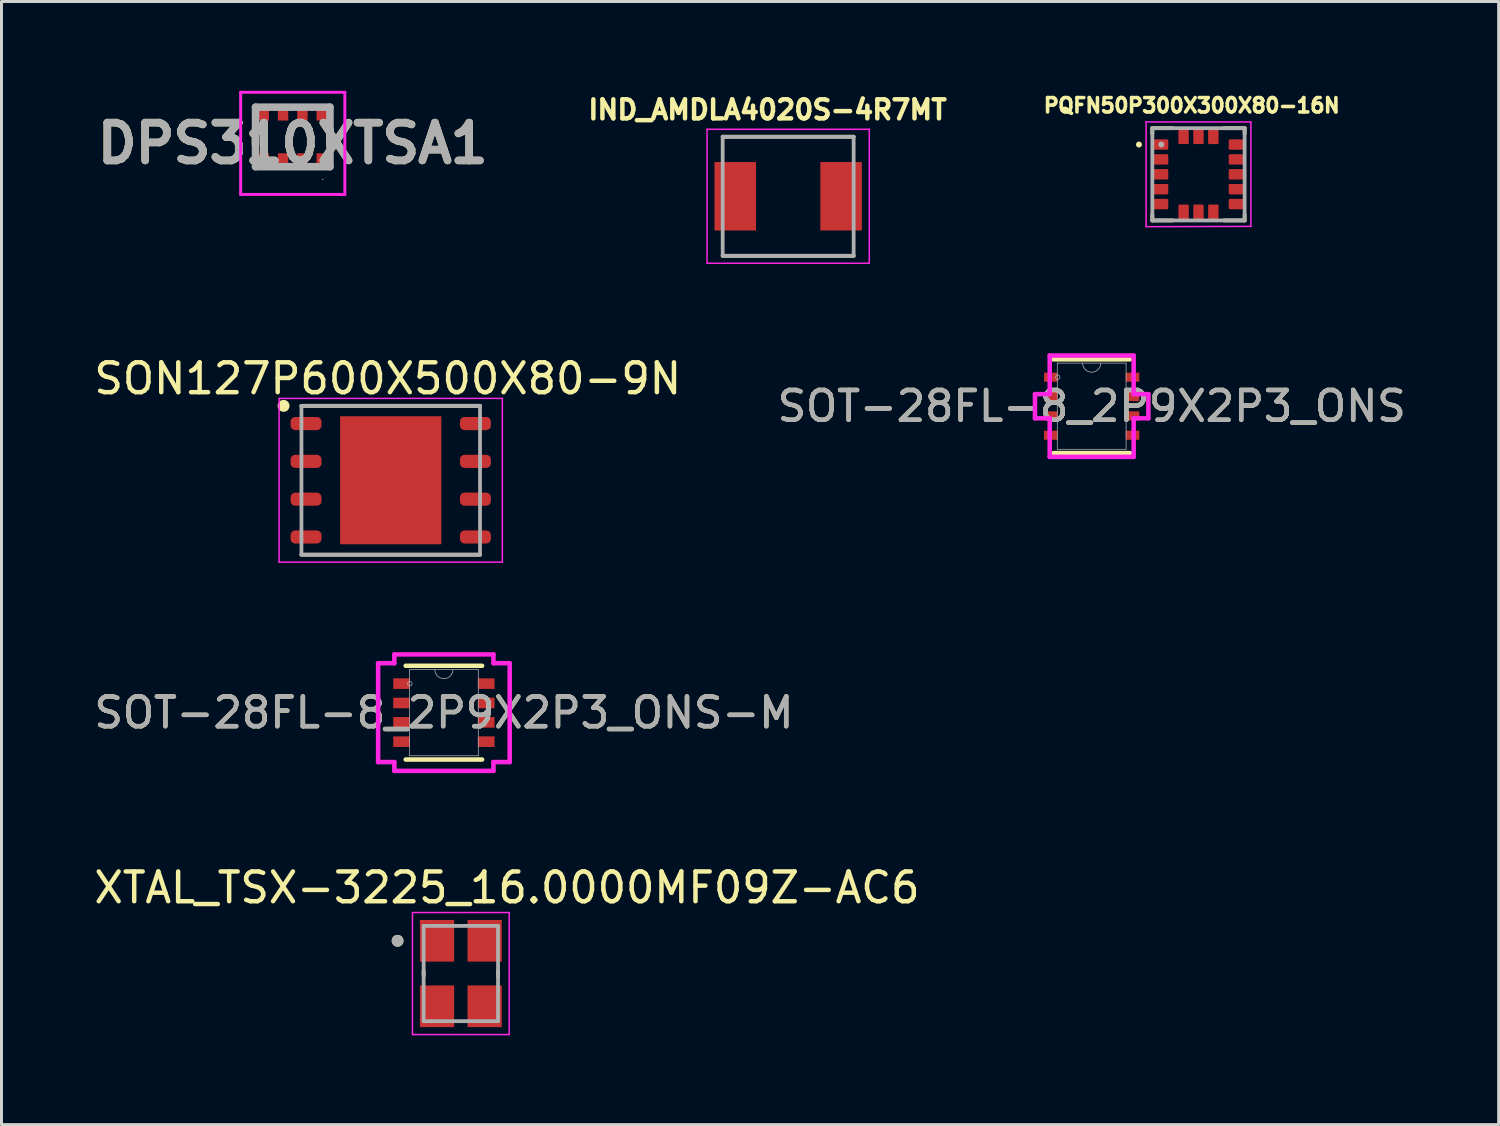
<source format=kicad_pcb>
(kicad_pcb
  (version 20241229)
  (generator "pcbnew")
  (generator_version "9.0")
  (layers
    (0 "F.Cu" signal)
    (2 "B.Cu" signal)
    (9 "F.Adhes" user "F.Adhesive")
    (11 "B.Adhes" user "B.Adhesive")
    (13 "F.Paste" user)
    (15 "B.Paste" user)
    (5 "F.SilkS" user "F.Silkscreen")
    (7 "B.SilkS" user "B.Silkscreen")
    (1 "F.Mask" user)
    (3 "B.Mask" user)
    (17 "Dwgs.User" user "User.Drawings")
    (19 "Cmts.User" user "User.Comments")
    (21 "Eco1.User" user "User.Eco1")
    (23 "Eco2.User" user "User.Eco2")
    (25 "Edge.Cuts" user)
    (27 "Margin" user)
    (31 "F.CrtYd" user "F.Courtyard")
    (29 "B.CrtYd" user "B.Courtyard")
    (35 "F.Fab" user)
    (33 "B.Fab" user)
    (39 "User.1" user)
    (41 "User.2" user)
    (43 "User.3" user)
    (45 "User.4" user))
  (footprint "IND_AMDLA4020S-4R7MT"
    (layer "F.Cu")
    (at 23.429 3.544)
    (property "Reference" "IND_AMDLA4020S-4R7MT" (at -0.693 -2.906 0) (layer "F.SilkS") (effects (font (size 0.64 0.64) (thickness 0.15))))
    (attr smd)
    (fp_line (start -2.2 -2) (end 2.2 -2) (stroke (width 0.127) (type solid)) (layer "F.SilkS"))
    (fp_line (start -2.2 2) (end 2.2 2) (stroke (width 0.127) (type solid)) (layer "F.SilkS"))
    (fp_line (start -2.725 -2.25) (end -2.725 2.25) (stroke (width 0.05) (type solid)) (layer "F.CrtYd"))
    (fp_line (start -2.725 2.25) (end 2.725 2.25) (stroke (width 0.05) (type solid)) (layer "F.CrtYd"))
    (fp_line (start 2.725 -2.25) (end -2.725 -2.25) (stroke (width 0.05) (type solid)) (layer "F.CrtYd"))
    (fp_line (start 2.725 2.25) (end 2.725 -2.25) (stroke (width 0.05) (type solid)) (layer "F.CrtYd"))
    (fp_line (start -2.2 -2) (end -2.2 2) (stroke (width 0.127) (type solid)) (layer "F.Fab"))
    (fp_line (start -2.2 -2) (end 2.2 -2) (stroke (width 0.127) (type solid)) (layer "F.Fab"))
    (fp_line (start -2.2 2) (end 2.2 2) (stroke (width 0.127) (type solid)) (layer "F.Fab"))
    (fp_line (start 2.2 -2) (end 2.2 2) (stroke (width 0.127) (type solid)) (layer "F.Fab"))
    (pad "1" smd rect (at -1.778 0) (size 1.395 2.3) (layers "F.Cu" "F.Mask" "F.Paste"))
    (pad "2" smd rect (at 1.778 0) (size 1.395 2.3) (layers "F.Cu" "F.Mask" "F.Paste")))
  (footprint "DPS310XTSA1"
    (layer "F.Cu")
    (at 6.785 1.55)
    (property "Reference" "DPS310XTSA1" (at 0 0.216 0) (layer "F.SilkS") (effects (font (size 1.27 1.27) (thickness 0.254))))
    (attr smd)
    (fp_line (start -1.25 -0.25) (end -1.25 0.25) (stroke (width 0.254) (type solid)) (layer "F.SilkS"))
    (fp_line (start 1.001 1.424) (end 1.001 1.424) (stroke (width 0.016) (type solid)) (layer "F.SilkS"))
    (fp_line (start 1.017 1.424) (end 1.017 1.424) (stroke (width 0.016) (type solid)) (layer "F.SilkS"))
    (fp_line (start 1.25 -0.25) (end 1.25 0.25) (stroke (width 0.254) (type solid)) (layer "F.SilkS"))
    (fp_arc (start 1.001 1.424) (mid 1.009 1.416) (end 1.017 1.424) (stroke (width 0.016) (type solid)) (layer "F.SilkS"))
    (fp_arc (start 1.017 1.424) (mid 1.009 1.432) (end 1.001 1.424) (stroke (width 0.016) (type solid)) (layer "F.SilkS"))
    (fp_line (start -1.75 -1.5) (end 1.75 -1.5) (stroke (width 0.1) (type solid)) (layer "F.CrtYd"))
    (fp_line (start -1.75 1.932) (end -1.75 -1.5) (stroke (width 0.1) (type solid)) (layer "F.CrtYd"))
    (fp_line (start 1.75 -1.5) (end 1.75 1.932) (stroke (width 0.1) (type solid)) (layer "F.CrtYd"))
    (fp_line (start 1.75 1.932) (end -1.75 1.932) (stroke (width 0.1) (type solid)) (layer "F.CrtYd"))
    (fp_line (start -1.25 -1) (end 1.25 -1) (stroke (width 0.254) (type solid)) (layer "F.Fab"))
    (fp_line (start -1.25 1) (end -1.25 -1) (stroke (width 0.254) (type solid)) (layer "F.Fab"))
    (fp_line (start 1.25 -1) (end 1.25 1) (stroke (width 0.254) (type solid)) (layer "F.Fab"))
    (fp_line (start 1.25 1) (end -1.25 1) (stroke (width 0.254) (type solid)) (layer "F.Fab"))
    (fp_text user "${REFERENCE}" (at 0 0.216 0) (layer "F.Fab") (effects (font (size 1.27 1.27) (thickness 0.254))))
    (pad "1" smd rect (at 0.975 0.725 90) (size 0.35 0.35) (layers "F.Cu" "F.Mask" "F.Paste"))
    (pad "2" smd rect (at 0.325 0.725 90) (size 0.35 0.35) (layers "F.Cu" "F.Mask" "F.Paste"))
    (pad "3" smd rect (at -0.325 0.725 90) (size 0.35 0.35) (layers "F.Cu" "F.Mask" "F.Paste"))
    (pad "4" smd rect (at -0.975 0.725 90) (size 0.35 0.35) (layers "F.Cu" "F.Mask" "F.Paste"))
    (pad "5" smd rect (at -0.975 -0.725 90) (size 0.35 0.35) (layers "F.Cu" "F.Mask" "F.Paste"))
    (pad "6" smd rect (at -0.325 -0.725 90) (size 0.35 0.35) (layers "F.Cu" "F.Mask" "F.Paste"))
    (pad "7" smd rect (at 0.325 -0.725 90) (size 0.35 0.35) (layers "F.Cu" "F.Mask" "F.Paste"))
    (pad "8" smd rect (at 0.975 -0.725 90) (size 0.35 0.35) (layers "F.Cu" "F.Mask" "F.Paste")))
  (footprint "SON127P600X500X80-9N"
    (layer "F.Cu")
    (at 10.077 13.085)
    (property "Reference" "SON127P600X500X80-9N" (at -0.1 -3.416 0) (layer "F.SilkS") (effects (font (size 1.002 1.002) (thickness 0.15))))
    (attr smd)
    (fp_line (start -3 -2.5) (end 3 -2.5) (stroke (width 0.127) (type solid)) (layer "F.SilkS"))
    (fp_line (start -3 2.5) (end 3 2.5) (stroke (width 0.127) (type solid)) (layer "F.SilkS"))
    (fp_circle (center -3.6 -2.5) (end -3.4 -2.5) (stroke (width 0) (type solid)) (fill yes) (layer "F.SilkS"))
    (fp_poly (pts (xy -1.078 -1.36) (xy 1.075 -1.36) (xy 1.075 1.364) (xy -1.078 1.364)) (stroke (width 0.01) (type solid)) (fill yes) (layer "F.Paste"))
    (fp_line (start -3.75 -2.75) (end -3.75 2.75) (stroke (width 0.05) (type solid)) (layer "F.CrtYd"))
    (fp_line (start -3.75 2.75) (end 3.75 2.75) (stroke (width 0.05) (type solid)) (layer "F.CrtYd"))
    (fp_line (start 3.75 -2.75) (end -3.75 -2.75) (stroke (width 0.05) (type solid)) (layer "F.CrtYd"))
    (fp_line (start 3.75 2.75) (end 3.75 -2.75) (stroke (width 0.05) (type solid)) (layer "F.CrtYd"))
    (fp_line (start -3 -2.5) (end -3 2.5) (stroke (width 0.127) (type solid)) (layer "F.Fab"))
    (fp_line (start -3 2.5) (end 3 2.5) (stroke (width 0.127) (type solid)) (layer "F.Fab"))
    (fp_line (start 3 -2.5) (end -3 -2.5) (stroke (width 0.127) (type solid)) (layer "F.Fab"))
    (fp_line (start 3 -2.5) (end 3 2.5) (stroke (width 0.127) (type solid)) (layer "F.Fab"))
    (pad "1" smd roundrect (at -2.845 -1.905) (size 1.04 0.44) (layers "F.Cu" "F.Mask" "F.Paste") (roundrect_rratio 0.35))
    (pad "2" smd roundrect (at -2.845 -0.635) (size 1.04 0.44) (layers "F.Cu" "F.Mask" "F.Paste") (roundrect_rratio 0.35))
    (pad "3" smd roundrect (at -2.845 0.635) (size 1.04 0.44) (layers "F.Cu" "F.Mask" "F.Paste") (roundrect_rratio 0.35))
    (pad "4" smd roundrect (at -2.845 1.905) (size 1.04 0.44) (layers "F.Cu" "F.Mask" "F.Paste") (roundrect_rratio 0.35))
    (pad "5" smd roundrect (at 2.845 1.905) (size 1.04 0.44) (layers "F.Cu" "F.Mask" "F.Paste") (roundrect_rratio 0.35))
    (pad "6" smd roundrect (at 2.845 0.635) (size 1.04 0.44) (layers "F.Cu" "F.Mask" "F.Paste") (roundrect_rratio 0.35))
    (pad "7" smd roundrect (at 2.845 -0.635) (size 1.04 0.44) (layers "F.Cu" "F.Mask" "F.Paste") (roundrect_rratio 0.35))
    (pad "8" smd roundrect (at 2.845 -1.905) (size 1.04 0.44) (layers "F.Cu" "F.Mask" "F.Paste") (roundrect_rratio 0.35))
    (pad "9" smd rect (at 0 0 90) (size 4.3 3.4) (layers "F.Cu" "F.Mask")))
  (footprint "PQFN50P300X300X80-16N"
    (layer "F.Cu")
    (at 37.214 2.806)
    (property "Reference" "PQFN50P300X300X80-16N" (at -0.227 -2.313 0) (layer "F.SilkS") (effects (font (size 0.482 0.482) (thickness 0.15))))
    (attr smd)
    (fp_line (start -1.55 -1.55) (end -0.86 -1.55) (stroke (width 0.127) (type solid)) (layer "F.SilkS"))
    (fp_line (start -1.55 -1.36) (end -1.55 -1.55) (stroke (width 0.127) (type solid)) (layer "F.SilkS"))
    (fp_line (start -1.55 1.36) (end -1.55 1.55) (stroke (width 0.127) (type solid)) (layer "F.SilkS"))
    (fp_line (start -1.55 1.55) (end -0.86 1.55) (stroke (width 0.127) (type solid)) (layer "F.SilkS"))
    (fp_line (start 0.86 -1.55) (end 1.55 -1.55) (stroke (width 0.127) (type solid)) (layer "F.SilkS"))
    (fp_line (start 0.86 1.55) (end 1.55 1.55) (stroke (width 0.127) (type solid)) (layer "F.SilkS"))
    (fp_line (start 1.55 -1.55) (end 1.55 -1.36) (stroke (width 0.127) (type solid)) (layer "F.SilkS"))
    (fp_line (start 1.55 1.55) (end 1.55 1.36) (stroke (width 0.127) (type solid)) (layer "F.SilkS"))
    (fp_circle (center -2 -1) (end -1.95 -1) (stroke (width 0.1) (type solid)) (fill no) (layer "F.SilkS"))
    (fp_line (start -1.76 -1.76) (end 1.76 -1.76) (stroke (width 0.05) (type solid)) (layer "F.CrtYd"))
    (fp_line (start -1.76 1.76) (end -1.76 -1.76) (stroke (width 0.05) (type solid)) (layer "F.CrtYd"))
    (fp_line (start 1.76 -1.76) (end 1.76 1.75) (stroke (width 0.05) (type solid)) (layer "F.CrtYd"))
    (fp_line (start 1.76 1.75) (end -1.76 1.76) (stroke (width 0.05) (type solid)) (layer "F.CrtYd"))
    (fp_line (start -1.55 -1.55) (end 1.55 -1.55) (stroke (width 0.127) (type solid)) (layer "F.Fab"))
    (fp_line (start -1.55 1.55) (end -1.55 -1.55) (stroke (width 0.127) (type solid)) (layer "F.Fab"))
    (fp_line (start 1.55 -1.55) (end 1.55 1.55) (stroke (width 0.127) (type solid)) (layer "F.Fab"))
    (fp_line (start 1.55 1.55) (end -1.55 1.55) (stroke (width 0.127) (type solid)) (layer "F.Fab"))
    (fp_circle (center -1.25 -1) (end -1.2 -1) (stroke (width 0.1) (type solid)) (fill no) (layer "F.Fab"))
    (pad "1" smd roundrect (at -1.26 -1) (size 0.49 0.35) (layers "F.Cu" "F.Mask" "F.Paste") (roundrect_rratio 0.125))
    (pad "2" smd roundrect (at -1.26 -0.5) (size 0.49 0.35) (layers "F.Cu" "F.Mask" "F.Paste") (roundrect_rratio 0.125))
    (pad "3" smd roundrect (at -1.26 0) (size 0.49 0.35) (layers "F.Cu" "F.Mask" "F.Paste") (roundrect_rratio 0.125))
    (pad "4" smd roundrect (at -1.26 0.5) (size 0.49 0.35) (layers "F.Cu" "F.Mask" "F.Paste") (roundrect_rratio 0.125))
    (pad "5" smd roundrect (at -1.26 1) (size 0.49 0.35) (layers "F.Cu" "F.Mask" "F.Paste") (roundrect_rratio 0.125))
    (pad "6" smd roundrect (at -0.5 1.26 90) (size 0.49 0.35) (layers "F.Cu" "F.Mask" "F.Paste") (roundrect_rratio 0.125))
    (pad "7" smd roundrect (at 0 1.26 90) (size 0.49 0.35) (layers "F.Cu" "F.Mask" "F.Paste") (roundrect_rratio 0.125))
    (pad "8" smd roundrect (at 0.5 1.26 90) (size 0.49 0.35) (layers "F.Cu" "F.Mask" "F.Paste") (roundrect_rratio 0.125))
    (pad "9" smd roundrect (at 1.26 1 180) (size 0.49 0.35) (layers "F.Cu" "F.Mask" "F.Paste") (roundrect_rratio 0.125))
    (pad "10" smd roundrect (at 1.26 0.5 180) (size 0.49 0.35) (layers "F.Cu" "F.Mask" "F.Paste") (roundrect_rratio 0.125))
    (pad "11" smd roundrect (at 1.26 0 180) (size 0.49 0.35) (layers "F.Cu" "F.Mask" "F.Paste") (roundrect_rratio 0.125))
    (pad "12" smd roundrect (at 1.26 -0.5 180) (size 0.49 0.35) (layers "F.Cu" "F.Mask" "F.Paste") (roundrect_rratio 0.125))
    (pad "13" smd roundrect (at 1.26 -1 180) (size 0.49 0.35) (layers "F.Cu" "F.Mask" "F.Paste") (roundrect_rratio 0.125))
    (pad "14" smd roundrect (at 0.5 -1.26 270) (size 0.49 0.35) (layers "F.Cu" "F.Mask" "F.Paste") (roundrect_rratio 0.125))
    (pad "15" smd roundrect (at 0 -1.26 270) (size 0.49 0.35) (layers "F.Cu" "F.Mask" "F.Paste") (roundrect_rratio 0.125))
    (pad "16" smd roundrect (at -0.5 -1.26 270) (size 0.49 0.35) (layers "F.Cu" "F.Mask" "F.Paste") (roundrect_rratio 0.125))
    (zone (net_name "") (layer "F.Cu") (hatch full 0.508) (connect_pads) (min_thickness 0.01) (filled_areas_thickness no) (keepout (tracks not_allowed) (vias not_allowed) (pads not_allowed) (copperpour not_allowed) (footprints allowed)) (placement (enabled no)) (fill) (polygon (pts (xy 36.414 2.006) (xy 38.014 2.006) (xy 38.014 3.606) (xy 36.414 3.606))))
    (zone (net_name "") (layers "F.Cu" "B.Cu") (hatch full 0.508) (connect_pads) (min_thickness 0.01) (filled_areas_thickness no) (keepout (tracks allowed) (vias not_allowed) (pads allowed) (copperpour allowed) (footprints allowed)) (placement (enabled no)) (fill) (polygon (pts (xy 36.414 2.006) (xy 38.014 2.006) (xy 38.014 3.606) (xy 36.414 3.606)))))
  (footprint "XTAL_TSX-3225_16.0000MF09Z-AC6"
    (layer "F.Cu")
    (at 12.432 29.657)
    (property "Reference" "XTAL_TSX-3225_16.0000MF09Z-AC6" (at 1.55 -2.885 0) (layer "F.SilkS") (effects (font (size 1 1) (thickness 0.15))))
    (attr smd)
    (fp_line (start -1.25 -0.08) (end -1.25 0.08) (stroke (width 0.127) (type solid)) (layer "F.SilkS"))
    (fp_line (start 1.25 -0.08) (end 1.25 0.08) (stroke (width 0.127) (type solid)) (layer "F.SilkS"))
    (fp_circle (center -2.125 -1.1) (end -2.025 -1.1) (stroke (width 0.2) (type solid)) (fill no) (layer "F.SilkS"))
    (fp_line (start -1.625 -2.05) (end -1.625 2.05) (stroke (width 0.05) (type solid)) (layer "F.CrtYd"))
    (fp_line (start -1.625 -2.05) (end 1.625 -2.05) (stroke (width 0.05) (type solid)) (layer "F.CrtYd"))
    (fp_line (start 1.625 -2.05) (end 1.625 2.05) (stroke (width 0.05) (type solid)) (layer "F.CrtYd"))
    (fp_line (start 1.625 2.05) (end -1.625 2.05) (stroke (width 0.05) (type solid)) (layer "F.CrtYd"))
    (fp_line (start -1.25 -1.6) (end -1.25 1.6) (stroke (width 0.127) (type solid)) (layer "F.Fab"))
    (fp_line (start -1.25 -1.6) (end 1.25 -1.6) (stroke (width 0.127) (type solid)) (layer "F.Fab"))
    (fp_line (start 1.25 -1.6) (end 1.25 1.6) (stroke (width 0.127) (type solid)) (layer "F.Fab"))
    (fp_line (start 1.25 1.6) (end -1.25 1.6) (stroke (width 0.127) (type solid)) (layer "F.Fab"))
    (fp_circle (center -2.125 -1.1) (end -2.025 -1.1) (stroke (width 0.2) (type solid)) (fill no) (layer "F.Fab"))
    (pad "1" smd rect (at -0.8 -1.1) (size 1.15 1.4) (layers "F.Cu" "F.Mask" "F.Paste"))
    (pad "2" smd rect (at -0.8 1.1) (size 1.15 1.4) (layers "F.Cu" "F.Mask" "F.Paste"))
    (pad "3" smd rect (at 0.8 1.1) (size 1.15 1.4) (layers "F.Cu" "F.Mask" "F.Paste"))
    (pad "4" smd rect (at 0.8 -1.1) (size 1.15 1.4) (layers "F.Cu" "F.Mask" "F.Paste")))
  (footprint "SOT-28FL-8_2P9X2P3_ONS"
    (layer "F.Cu")
    (at 33.626 10.597)
    (property "Reference" "SOT-28FL-8_2P9X2P3_ONS" (at 0 0 0) (unlocked yes) (layer "F.SilkS") (effects (font (size 1 1) (thickness 0.15))))
    (attr smd)
    (fp_line (start -1.283 1.575) (end 1.283 1.575) (stroke (width 0.152) (type solid)) (layer "F.SilkS"))
    (fp_line (start 1.283 -1.575) (end -1.283 -1.575) (stroke (width 0.152) (type solid)) (layer "F.SilkS"))
    (fp_line (start -1.905 -0.406) (end -1.41 -0.406) (stroke (width 0.152) (type solid)) (layer "F.CrtYd"))
    (fp_line (start -1.905 0.406) (end -1.905 -0.406) (stroke (width 0.152) (type solid)) (layer "F.CrtYd"))
    (fp_line (start -1.41 -1.702) (end 1.41 -1.702) (stroke (width 0.152) (type solid)) (layer "F.CrtYd"))
    (fp_line (start -1.41 -0.406) (end -1.41 -1.702) (stroke (width 0.152) (type solid)) (layer "F.CrtYd"))
    (fp_line (start -1.41 0.406) (end -1.905 0.406) (stroke (width 0.152) (type solid)) (layer "F.CrtYd"))
    (fp_line (start -1.41 1.702) (end -1.41 0.406) (stroke (width 0.152) (type solid)) (layer "F.CrtYd"))
    (fp_line (start 1.41 -1.702) (end 1.41 -0.406) (stroke (width 0.152) (type solid)) (layer "F.CrtYd"))
    (fp_line (start 1.41 -0.406) (end 1.905 -0.406) (stroke (width 0.152) (type solid)) (layer "F.CrtYd"))
    (fp_line (start 1.41 0.406) (end 1.41 1.702) (stroke (width 0.152) (type solid)) (layer "F.CrtYd"))
    (fp_line (start 1.41 1.702) (end -1.41 1.702) (stroke (width 0.152) (type solid)) (layer "F.CrtYd"))
    (fp_line (start 1.905 -0.406) (end 1.905 0.406) (stroke (width 0.152) (type solid)) (layer "F.CrtYd"))
    (fp_line (start 1.905 0.406) (end 1.41 0.406) (stroke (width 0.152) (type solid)) (layer "F.CrtYd"))
    (fp_line (start -1.156 -1.448) (end -1.156 1.448) (stroke (width 0.025) (type solid)) (layer "F.Fab"))
    (fp_line (start -1.156 1.448) (end 1.156 1.448) (stroke (width 0.025) (type solid)) (layer "F.Fab"))
    (fp_line (start 1.156 -1.448) (end -1.156 -1.448) (stroke (width 0.025) (type solid)) (layer "F.Fab"))
    (fp_line (start 1.156 1.448) (end 1.156 -1.448) (stroke (width 0.025) (type solid)) (layer "F.Fab"))
    (fp_arc (start 0.3048 -1.4478) (mid 0 -1.143) (end -0.3048 -1.4478) (stroke (width 0.0254) (type solid)) (layer "F.Fab"))
    (fp_circle (center -1.143 -0.975) (end -1.067 -0.975) (stroke (width 0.025) (type solid)) (fill no) (layer "F.Fab"))
    (fp_text user "${REFERENCE}" (at 0 0 0) (unlocked yes) (layer "F.Fab") (effects (font (size 1 1) (thickness 0.15))))
    (pad "1" smd rect (at -1.372 -0.975) (size 0.457 0.305) (layers "F.Cu" "F.Mask" "F.Paste"))
    (pad "2" smd rect (at -1.372 -0.325) (size 0.457 0.305) (layers "F.Cu" "F.Mask" "F.Paste"))
    (pad "3" smd rect (at -1.372 0.325) (size 0.457 0.305) (layers "F.Cu" "F.Mask" "F.Paste"))
    (pad "4" smd rect (at -1.372 0.975) (size 0.457 0.305) (layers "F.Cu" "F.Mask" "F.Paste"))
    (pad "5" smd rect (at 1.372 0.975) (size 0.457 0.305) (layers "F.Cu" "F.Mask" "F.Paste"))
    (pad "6" smd rect (at 1.372 0.325) (size 0.457 0.305) (layers "F.Cu" "F.Mask" "F.Paste"))
    (pad "7" smd rect (at 1.372 -0.325) (size 0.457 0.305) (layers "F.Cu" "F.Mask" "F.Paste"))
    (pad "8" smd rect (at 1.372 -0.975) (size 0.457 0.305) (layers "F.Cu" "F.Mask" "F.Paste")))
  (footprint "SOT-28FL-8_2P9X2P3_ONS-M"
    (layer "F.Cu")
    (at 11.863 20.892)
    (property "Reference" "SOT-28FL-8_2P9X2P3_ONS-M" (at 0 0 0) (unlocked yes) (layer "F.SilkS") (effects (font (size 1 1) (thickness 0.15))))
    (attr smd)
    (fp_line (start -1.283 1.575) (end 1.283 1.575) (stroke (width 0.152) (type solid)) (layer "F.SilkS"))
    (fp_line (start 1.283 -1.575) (end -1.283 -1.575) (stroke (width 0.152) (type solid)) (layer "F.SilkS"))
    (fp_line (start -2.21 -1.661) (end -1.664 -1.661) (stroke (width 0.152) (type solid)) (layer "F.CrtYd"))
    (fp_line (start -2.21 1.661) (end -2.21 -1.661) (stroke (width 0.152) (type solid)) (layer "F.CrtYd"))
    (fp_line (start -1.664 -1.956) (end 1.664 -1.956) (stroke (width 0.152) (type solid)) (layer "F.CrtYd"))
    (fp_line (start -1.664 -1.661) (end -1.664 -1.956) (stroke (width 0.152) (type solid)) (layer "F.CrtYd"))
    (fp_line (start -1.664 1.661) (end -2.21 1.661) (stroke (width 0.152) (type solid)) (layer "F.CrtYd"))
    (fp_line (start -1.664 1.956) (end -1.664 1.661) (stroke (width 0.152) (type solid)) (layer "F.CrtYd"))
    (fp_line (start 1.664 -1.956) (end 1.664 -1.661) (stroke (width 0.152) (type solid)) (layer "F.CrtYd"))
    (fp_line (start 1.664 -1.661) (end 2.21 -1.661) (stroke (width 0.152) (type solid)) (layer "F.CrtYd"))
    (fp_line (start 1.664 1.661) (end 1.664 1.956) (stroke (width 0.152) (type solid)) (layer "F.CrtYd"))
    (fp_line (start 1.664 1.956) (end -1.664 1.956) (stroke (width 0.152) (type solid)) (layer "F.CrtYd"))
    (fp_line (start 2.21 -1.661) (end 2.21 1.661) (stroke (width 0.152) (type solid)) (layer "F.CrtYd"))
    (fp_line (start 2.21 1.661) (end 1.664 1.661) (stroke (width 0.152) (type solid)) (layer "F.CrtYd"))
    (fp_line (start -1.156 -1.448) (end -1.156 1.448) (stroke (width 0.025) (type solid)) (layer "F.Fab"))
    (fp_line (start -1.156 1.448) (end 1.156 1.448) (stroke (width 0.025) (type solid)) (layer "F.Fab"))
    (fp_line (start 1.156 -1.448) (end -1.156 -1.448) (stroke (width 0.025) (type solid)) (layer "F.Fab"))
    (fp_line (start 1.156 1.448) (end 1.156 -1.448) (stroke (width 0.025) (type solid)) (layer "F.Fab"))
    (fp_arc (start 0.3048 -1.4478) (mid 0 -1.143) (end -0.3048 -1.4478) (stroke (width 0.0254) (type solid)) (layer "F.Fab"))
    (fp_circle (center -1.143 -0.975) (end -1.067 -0.975) (stroke (width 0.025) (type solid)) (fill no) (layer "F.Fab"))
    (fp_text user "${REFERENCE}" (at 0 0 0) (unlocked yes) (layer "F.Fab") (effects (font (size 1 1) (thickness 0.15))))
    (pad "1" smd rect (at -1.422 -0.975) (size 0.559 0.356) (layers "F.Cu" "F.Mask" "F.Paste"))
    (pad "2" smd rect (at -1.422 -0.325) (size 0.559 0.356) (layers "F.Cu" "F.Mask" "F.Paste"))
    (pad "3" smd rect (at -1.422 0.325) (size 0.559 0.356) (layers "F.Cu" "F.Mask" "F.Paste"))
    (pad "4" smd rect (at -1.422 0.975) (size 0.559 0.356) (layers "F.Cu" "F.Mask" "F.Paste"))
    (pad "5" smd rect (at 1.422 0.975) (size 0.559 0.356) (layers "F.Cu" "F.Mask" "F.Paste"))
    (pad "6" smd rect (at 1.422 0.325) (size 0.559 0.356) (layers "F.Cu" "F.Mask" "F.Paste"))
    (pad "7" smd rect (at 1.422 -0.325) (size 0.559 0.356) (layers "F.Cu" "F.Mask" "F.Paste"))
    (pad "8" smd rect (at 1.422 -0.975) (size 0.559 0.356) (layers "F.Cu" "F.Mask" "F.Paste")))
  (gr_rect
    (start -3 -3)
    (end 47.298 34.732)
    (stroke (width 0.1) (type default))
    (fill no)
    (layer "Edge.Cuts")))
</source>
